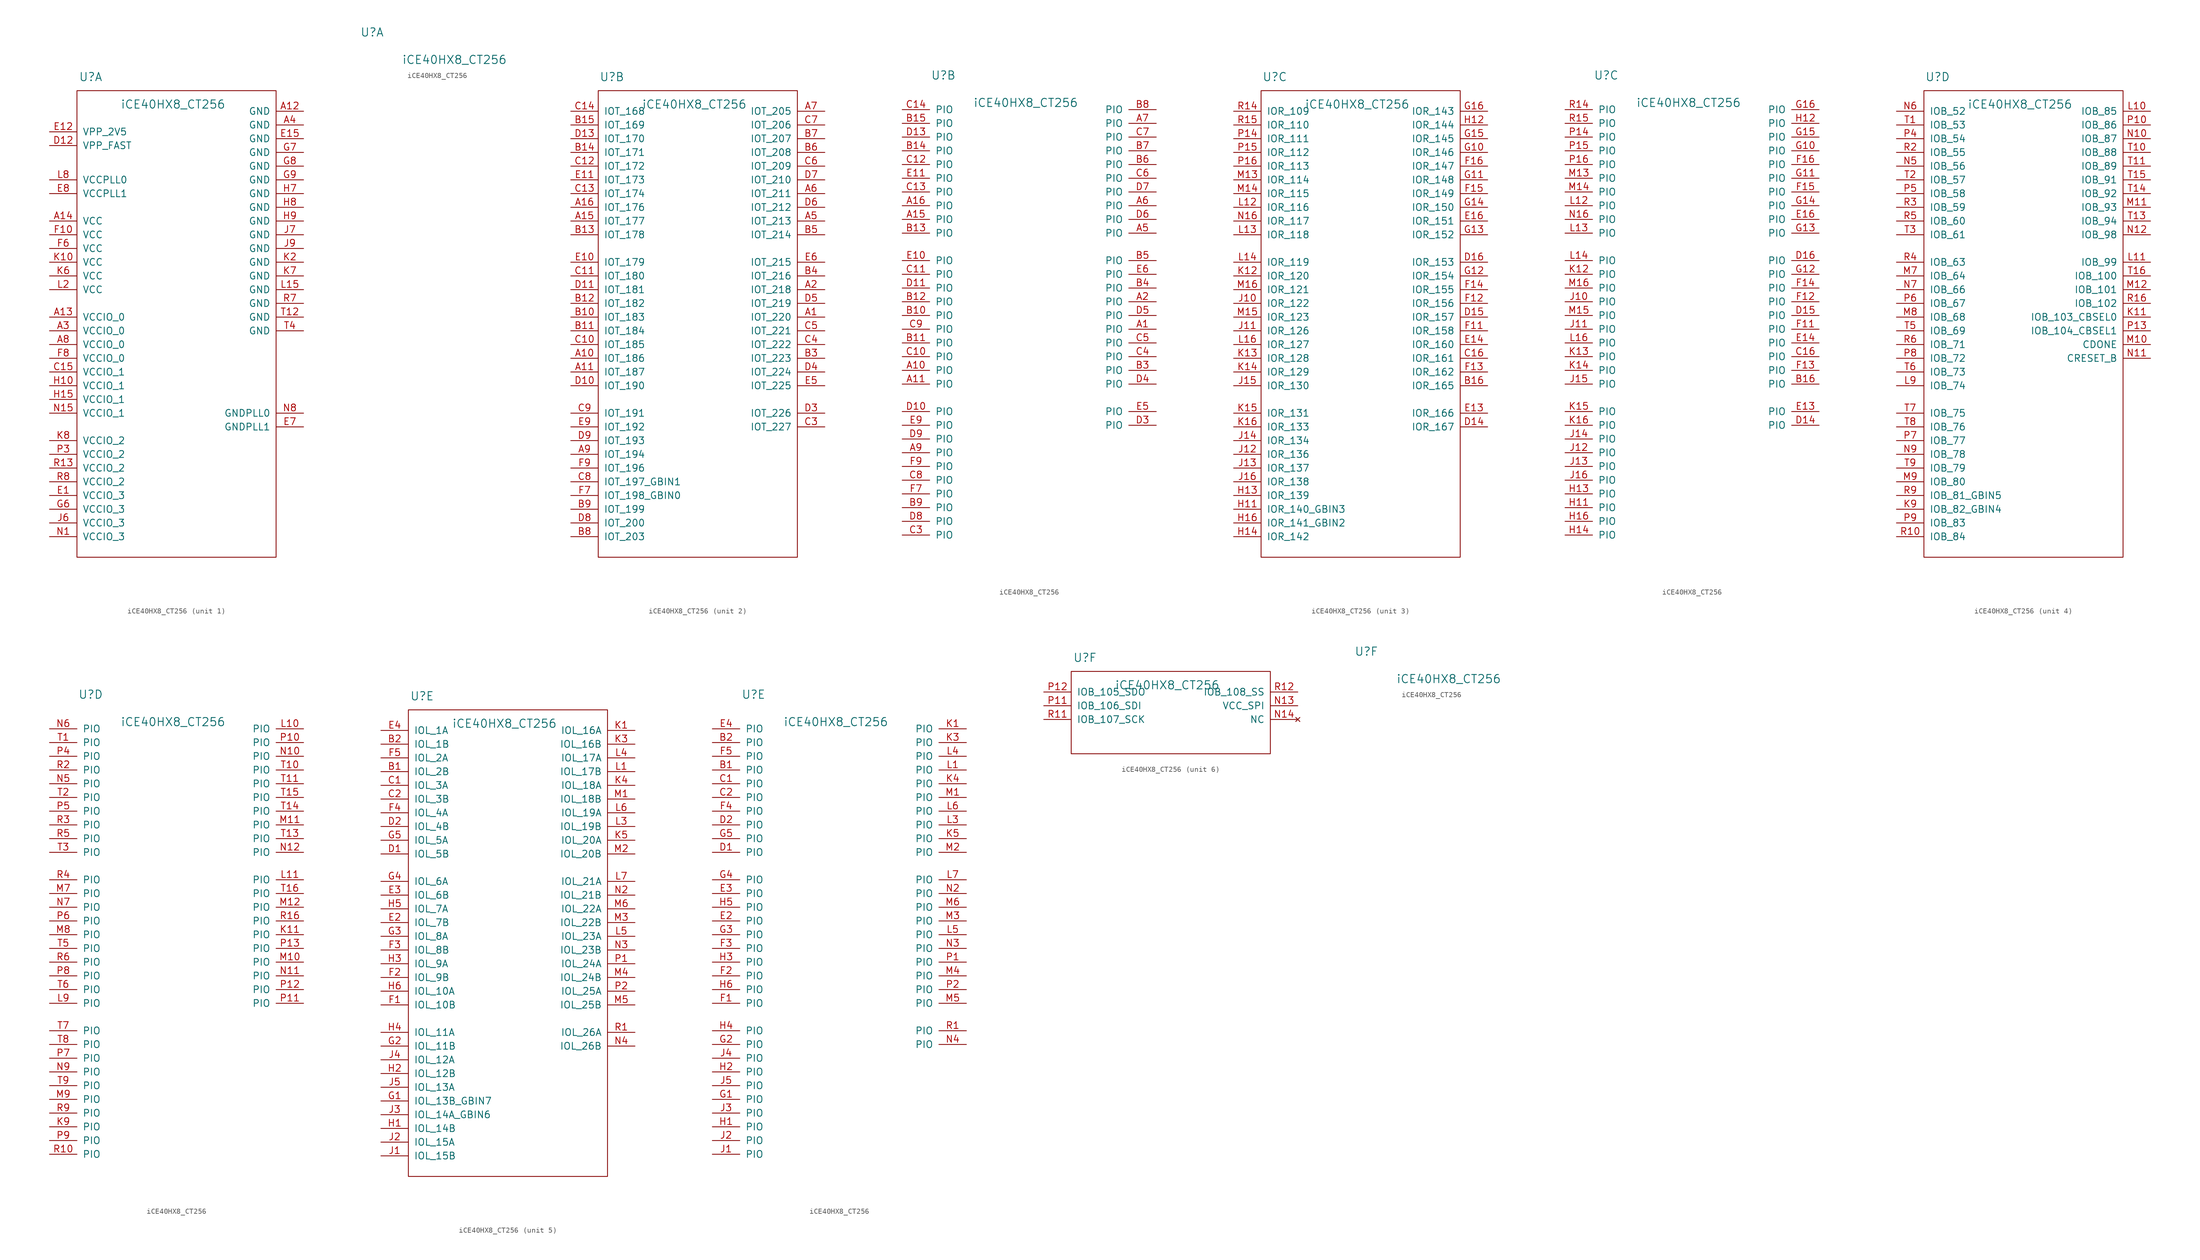
<source format=kicad_sym>
(kicad_symbol_lib
  (version 20211014)
  (generator kicad_symbol_editor)
  (symbol "iCE40HX8_CT256"
    (pin_names
      (offset 1.016))
    (property "Reference" "U"
      (at 2.54 2.54 0)
      (effects (font (size 1.524 1.524))))
    (property "Value" "iCE40HX8_CT256"
      (at 17.78 -2.54 0)
      (effects (font (size 1.524 1.524))))
    (property "ki_locked" ""
      (at 0 0 0)
      (effects (font (size 1.27 1.27))))
    (symbol "iCE40HX8_CT256_1_1"
      (rectangle (start 0 0) (end 36.83 -86.36) (stroke (width 0) (type default) (color 0 0 0 0)) (fill (type none)))
      (pin input line (at 41.91 -3.81 180) (length 5.08) (name "GND" (effects (font (size 1.27 1.27)))) (number "A12" (effects (font (size 1.27 1.27)))))
      (pin input line (at -5.08 -41.91 0) (length 5.08) (name "VCCIO_0" (effects (font (size 1.27 1.27)))) (number "A13" (effects (font (size 1.27 1.27)))))
      (pin input line (at -5.08 -24.13 0) (length 5.08) (name "VCC" (effects (font (size 1.27 1.27)))) (number "A14" (effects (font (size 1.27 1.27)))))
      (pin input line (at -5.08 -44.45 0) (length 5.08) (name "VCCIO_0" (effects (font (size 1.27 1.27)))) (number "A3" (effects (font (size 1.27 1.27)))))
      (pin input line (at 41.91 -6.35 180) (length 5.08) (name "GND" (effects (font (size 1.27 1.27)))) (number "A4" (effects (font (size 1.27 1.27)))))
      (pin input line (at -5.08 -46.99 0) (length 5.08) (name "VCCIO_0" (effects (font (size 1.27 1.27)))) (number "A8" (effects (font (size 1.27 1.27)))))
      (pin input line (at -5.08 -52.07 0) (length 5.08) (name "VCCIO_1" (effects (font (size 1.27 1.27)))) (number "C15" (effects (font (size 1.27 1.27)))))
      (pin power_in line (at -5.08 -10.16 0) (length 5.08) (name "VPP_FAST" (effects (font (size 1.27 1.27)))) (number "D12" (effects (font (size 1.27 1.27)))))
      (pin input line (at -5.08 -74.93 0) (length 5.08) (name "VCCIO_3" (effects (font (size 1.27 1.27)))) (number "E1" (effects (font (size 1.27 1.27)))))
      (pin input line (at -5.08 -7.62 0) (length 5.08) (name "VPP_2V5" (effects (font (size 1.27 1.27)))) (number "E12" (effects (font (size 1.27 1.27)))))
      (pin input line (at 41.91 -8.89 180) (length 5.08) (name "GND" (effects (font (size 1.27 1.27)))) (number "E15" (effects (font (size 1.27 1.27)))))
      (pin input line (at 41.91 -62.23 180) (length 5.08) (name "GNDPLL1" (effects (font (size 1.27 1.27)))) (number "E7" (effects (font (size 1.27 1.27)))))
      (pin input line (at -5.08 -19.05 0) (length 5.08) (name "VCCPLL1" (effects (font (size 1.27 1.27)))) (number "E8" (effects (font (size 1.27 1.27)))))
      (pin input line (at -5.08 -26.67 0) (length 5.08) (name "VCC" (effects (font (size 1.27 1.27)))) (number "F10" (effects (font (size 1.27 1.27)))))
      (pin input line (at -5.08 -29.21 0) (length 5.08) (name "VCC" (effects (font (size 1.27 1.27)))) (number "F6" (effects (font (size 1.27 1.27)))))
      (pin input line (at -5.08 -49.53 0) (length 5.08) (name "VCCIO_0" (effects (font (size 1.27 1.27)))) (number "F8" (effects (font (size 1.27 1.27)))))
      (pin input line (at -5.08 -77.47 0) (length 5.08) (name "VCCIO_3" (effects (font (size 1.27 1.27)))) (number "G6" (effects (font (size 1.27 1.27)))))
      (pin input line (at 41.91 -11.43 180) (length 5.08) (name "GND" (effects (font (size 1.27 1.27)))) (number "G7" (effects (font (size 1.27 1.27)))))
      (pin input line (at 41.91 -13.97 180) (length 5.08) (name "GND" (effects (font (size 1.27 1.27)))) (number "G8" (effects (font (size 1.27 1.27)))))
      (pin input line (at 41.91 -16.51 180) (length 5.08) (name "GND" (effects (font (size 1.27 1.27)))) (number "G9" (effects (font (size 1.27 1.27)))))
      (pin input line (at -5.08 -54.61 0) (length 5.08) (name "VCCIO_1" (effects (font (size 1.27 1.27)))) (number "H10" (effects (font (size 1.27 1.27)))))
      (pin input line (at -5.08 -57.15 0) (length 5.08) (name "VCCIO_1" (effects (font (size 1.27 1.27)))) (number "H15" (effects (font (size 1.27 1.27)))))
      (pin input line (at 41.91 -19.05 180) (length 5.08) (name "GND" (effects (font (size 1.27 1.27)))) (number "H7" (effects (font (size 1.27 1.27)))))
      (pin input line (at 41.91 -21.59 180) (length 5.08) (name "GND" (effects (font (size 1.27 1.27)))) (number "H8" (effects (font (size 1.27 1.27)))))
      (pin input line (at 41.91 -24.13 180) (length 5.08) (name "GND" (effects (font (size 1.27 1.27)))) (number "H9" (effects (font (size 1.27 1.27)))))
      (pin input line (at -5.08 -80.01 0) (length 5.08) (name "VCCIO_3" (effects (font (size 1.27 1.27)))) (number "J6" (effects (font (size 1.27 1.27)))))
      (pin input line (at 41.91 -26.67 180) (length 5.08) (name "GND" (effects (font (size 1.27 1.27)))) (number "J7" (effects (font (size 1.27 1.27)))))
      (pin input line (at 41.91 -29.21 180) (length 5.08) (name "GND" (effects (font (size 1.27 1.27)))) (number "J9" (effects (font (size 1.27 1.27)))))
      (pin input line (at -5.08 -31.75 0) (length 5.08) (name "VCC" (effects (font (size 1.27 1.27)))) (number "K10" (effects (font (size 1.27 1.27)))))
      (pin input line (at 41.91 -31.75 180) (length 5.08) (name "GND" (effects (font (size 1.27 1.27)))) (number "K2" (effects (font (size 1.27 1.27)))))
      (pin input line (at -5.08 -34.29 0) (length 5.08) (name "VCC" (effects (font (size 1.27 1.27)))) (number "K6" (effects (font (size 1.27 1.27)))))
      (pin input line (at 41.91 -34.29 180) (length 5.08) (name "GND" (effects (font (size 1.27 1.27)))) (number "K7" (effects (font (size 1.27 1.27)))))
      (pin input line (at -5.08 -64.77 0) (length 5.08) (name "VCCIO_2" (effects (font (size 1.27 1.27)))) (number "K8" (effects (font (size 1.27 1.27)))))
      (pin input line (at 41.91 -36.83 180) (length 5.08) (name "GND" (effects (font (size 1.27 1.27)))) (number "L15" (effects (font (size 1.27 1.27)))))
      (pin input line (at -5.08 -36.83 0) (length 5.08) (name "VCC" (effects (font (size 1.27 1.27)))) (number "L2" (effects (font (size 1.27 1.27)))))
      (pin input line (at -5.08 -16.51 0) (length 5.08) (name "VCCPLL0" (effects (font (size 1.27 1.27)))) (number "L8" (effects (font (size 1.27 1.27)))))
      (pin input line (at -5.08 -82.55 0) (length 5.08) (name "VCCIO_3" (effects (font (size 1.27 1.27)))) (number "N1" (effects (font (size 1.27 1.27)))))
      (pin input line (at -5.08 -59.69 0) (length 5.08) (name "VCCIO_1" (effects (font (size 1.27 1.27)))) (number "N15" (effects (font (size 1.27 1.27)))))
      (pin input line (at 41.91 -59.69 180) (length 5.08) (name "GNDPLL0" (effects (font (size 1.27 1.27)))) (number "N8" (effects (font (size 1.27 1.27)))))
      (pin input line (at -5.08 -67.31 0) (length 5.08) (name "VCCIO_2" (effects (font (size 1.27 1.27)))) (number "P3" (effects (font (size 1.27 1.27)))))
      (pin input line (at -5.08 -69.85 0) (length 5.08) (name "VCCIO_2" (effects (font (size 1.27 1.27)))) (number "R13" (effects (font (size 1.27 1.27)))))
      (pin input line (at 41.91 -39.37 180) (length 5.08) (name "GND" (effects (font (size 1.27 1.27)))) (number "R7" (effects (font (size 1.27 1.27)))))
      (pin input line (at -5.08 -72.39 0) (length 5.08) (name "VCCIO_2" (effects (font (size 1.27 1.27)))) (number "R8" (effects (font (size 1.27 1.27)))))
      (pin input line (at 41.91 -41.91 180) (length 5.08) (name "GND" (effects (font (size 1.27 1.27)))) (number "T12" (effects (font (size 1.27 1.27)))))
      (pin input line (at 41.91 -44.45 180) (length 5.08) (name "GND" (effects (font (size 1.27 1.27)))) (number "T4" (effects (font (size 1.27 1.27))))))
    (symbol "iCE40HX8_CT256_2_1"
      (rectangle (start 0 -86.36) (end 36.83 0) (stroke (width 0) (type default) (color 0 0 0 0)) (fill (type none)))
      (pin input line (at 41.91 -41.91 180) (length 5.08) (name "IOT_220" (effects (font (size 1.27 1.27)))) (number "A1" (effects (font (size 1.27 1.27)))))
      (pin input line (at -5.08 -49.53 0) (length 5.08) (name "IOT_186" (effects (font (size 1.27 1.27)))) (number "A10" (effects (font (size 1.27 1.27)))))
      (pin input line (at -5.08 -52.07 0) (length 5.08) (name "IOT_187" (effects (font (size 1.27 1.27)))) (number "A11" (effects (font (size 1.27 1.27)))))
      (pin input line (at -5.08 -24.13 0) (length 5.08) (name "IOT_177" (effects (font (size 1.27 1.27)))) (number "A15" (effects (font (size 1.27 1.27)))))
      (pin input line (at -5.08 -21.59 0) (length 5.08) (name "IOT_176" (effects (font (size 1.27 1.27)))) (number "A16" (effects (font (size 1.27 1.27)))))
      (pin input line (at 41.91 -36.83 180) (length 5.08) (name "IOT_218" (effects (font (size 1.27 1.27)))) (number "A2" (effects (font (size 1.27 1.27)))))
      (pin input line (at 41.91 -24.13 180) (length 5.08) (name "IOT_213" (effects (font (size 1.27 1.27)))) (number "A5" (effects (font (size 1.27 1.27)))))
      (pin input line (at 41.91 -19.05 180) (length 5.08) (name "IOT_211" (effects (font (size 1.27 1.27)))) (number "A6" (effects (font (size 1.27 1.27)))))
      (pin input line (at 41.91 -3.81 180) (length 5.08) (name "IOT_205" (effects (font (size 1.27 1.27)))) (number "A7" (effects (font (size 1.27 1.27)))))
      (pin input line (at -5.08 -67.31 0) (length 5.08) (name "IOT_194" (effects (font (size 1.27 1.27)))) (number "A9" (effects (font (size 1.27 1.27)))))
      (pin input line (at -5.08 -41.91 0) (length 5.08) (name "IOT_183" (effects (font (size 1.27 1.27)))) (number "B10" (effects (font (size 1.27 1.27)))))
      (pin input line (at -5.08 -44.45 0) (length 5.08) (name "IOT_184" (effects (font (size 1.27 1.27)))) (number "B11" (effects (font (size 1.27 1.27)))))
      (pin input line (at -5.08 -39.37 0) (length 5.08) (name "IOT_182" (effects (font (size 1.27 1.27)))) (number "B12" (effects (font (size 1.27 1.27)))))
      (pin input line (at -5.08 -26.67 0) (length 5.08) (name "IOT_178" (effects (font (size 1.27 1.27)))) (number "B13" (effects (font (size 1.27 1.27)))))
      (pin input line (at -5.08 -11.43 0) (length 5.08) (name "IOT_171" (effects (font (size 1.27 1.27)))) (number "B14" (effects (font (size 1.27 1.27)))))
      (pin input line (at -5.08 -6.35 0) (length 5.08) (name "IOT_169" (effects (font (size 1.27 1.27)))) (number "B15" (effects (font (size 1.27 1.27)))))
      (pin input line (at 41.91 -49.53 180) (length 5.08) (name "IOT_223" (effects (font (size 1.27 1.27)))) (number "B3" (effects (font (size 1.27 1.27)))))
      (pin input line (at 41.91 -34.29 180) (length 5.08) (name "IOT_216" (effects (font (size 1.27 1.27)))) (number "B4" (effects (font (size 1.27 1.27)))))
      (pin input line (at 41.91 -26.67 180) (length 5.08) (name "IOT_214" (effects (font (size 1.27 1.27)))) (number "B5" (effects (font (size 1.27 1.27)))))
      (pin input line (at 41.91 -11.43 180) (length 5.08) (name "IOT_208" (effects (font (size 1.27 1.27)))) (number "B6" (effects (font (size 1.27 1.27)))))
      (pin input line (at 41.91 -8.89 180) (length 5.08) (name "IOT_207" (effects (font (size 1.27 1.27)))) (number "B7" (effects (font (size 1.27 1.27)))))
      (pin input line (at -5.08 -82.55 0) (length 5.08) (name "IOT_203" (effects (font (size 1.27 1.27)))) (number "B8" (effects (font (size 1.27 1.27)))))
      (pin input line (at -5.08 -77.47 0) (length 5.08) (name "IOT_199" (effects (font (size 1.27 1.27)))) (number "B9" (effects (font (size 1.27 1.27)))))
      (pin input line (at -5.08 -46.99 0) (length 5.08) (name "IOT_185" (effects (font (size 1.27 1.27)))) (number "C10" (effects (font (size 1.27 1.27)))))
      (pin input line (at -5.08 -34.29 0) (length 5.08) (name "IOT_180" (effects (font (size 1.27 1.27)))) (number "C11" (effects (font (size 1.27 1.27)))))
      (pin input line (at -5.08 -13.97 0) (length 5.08) (name "IOT_172" (effects (font (size 1.27 1.27)))) (number "C12" (effects (font (size 1.27 1.27)))))
      (pin input line (at -5.08 -19.05 0) (length 5.08) (name "IOT_174" (effects (font (size 1.27 1.27)))) (number "C13" (effects (font (size 1.27 1.27)))))
      (pin input line (at -5.08 -3.81 0) (length 5.08) (name "IOT_168" (effects (font (size 1.27 1.27)))) (number "C14" (effects (font (size 1.27 1.27)))))
      (pin input line (at 41.91 -62.23 180) (length 5.08) (name "IOT_227" (effects (font (size 1.27 1.27)))) (number "C3" (effects (font (size 1.27 1.27)))))
      (pin input line (at 41.91 -46.99 180) (length 5.08) (name "IOT_222" (effects (font (size 1.27 1.27)))) (number "C4" (effects (font (size 1.27 1.27)))))
      (pin input line (at 41.91 -44.45 180) (length 5.08) (name "IOT_221" (effects (font (size 1.27 1.27)))) (number "C5" (effects (font (size 1.27 1.27)))))
      (pin input line (at 41.91 -13.97 180) (length 5.08) (name "IOT_209" (effects (font (size 1.27 1.27)))) (number "C6" (effects (font (size 1.27 1.27)))))
      (pin input line (at 41.91 -6.35 180) (length 5.08) (name "IOT_206" (effects (font (size 1.27 1.27)))) (number "C7" (effects (font (size 1.27 1.27)))))
      (pin input line (at -5.08 -72.39 0) (length 5.08) (name "IOT_197_GBIN1" (effects (font (size 1.27 1.27)))) (number "C8" (effects (font (size 1.27 1.27)))))
      (pin input line (at -5.08 -59.69 0) (length 5.08) (name "IOT_191" (effects (font (size 1.27 1.27)))) (number "C9" (effects (font (size 1.27 1.27)))))
      (pin input line (at -5.08 -54.61 0) (length 5.08) (name "IOT_190" (effects (font (size 1.27 1.27)))) (number "D10" (effects (font (size 1.27 1.27)))))
      (pin input line (at -5.08 -36.83 0) (length 5.08) (name "IOT_181" (effects (font (size 1.27 1.27)))) (number "D11" (effects (font (size 1.27 1.27)))))
      (pin input line (at -5.08 -8.89 0) (length 5.08) (name "IOT_170" (effects (font (size 1.27 1.27)))) (number "D13" (effects (font (size 1.27 1.27)))))
      (pin input line (at 41.91 -59.69 180) (length 5.08) (name "IOT_226" (effects (font (size 1.27 1.27)))) (number "D3" (effects (font (size 1.27 1.27)))))
      (pin input line (at 41.91 -52.07 180) (length 5.08) (name "IOT_224" (effects (font (size 1.27 1.27)))) (number "D4" (effects (font (size 1.27 1.27)))))
      (pin input line (at 41.91 -39.37 180) (length 5.08) (name "IOT_219" (effects (font (size 1.27 1.27)))) (number "D5" (effects (font (size 1.27 1.27)))))
      (pin input line (at 41.91 -21.59 180) (length 5.08) (name "IOT_212" (effects (font (size 1.27 1.27)))) (number "D6" (effects (font (size 1.27 1.27)))))
      (pin input line (at 41.91 -16.51 180) (length 5.08) (name "IOT_210" (effects (font (size 1.27 1.27)))) (number "D7" (effects (font (size 1.27 1.27)))))
      (pin input line (at -5.08 -80.01 0) (length 5.08) (name "IOT_200" (effects (font (size 1.27 1.27)))) (number "D8" (effects (font (size 1.27 1.27)))))
      (pin input line (at -5.08 -64.77 0) (length 5.08) (name "IOT_193" (effects (font (size 1.27 1.27)))) (number "D9" (effects (font (size 1.27 1.27)))))
      (pin input line (at -5.08 -31.75 0) (length 5.08) (name "IOT_179" (effects (font (size 1.27 1.27)))) (number "E10" (effects (font (size 1.27 1.27)))))
      (pin input line (at -5.08 -16.51 0) (length 5.08) (name "IOT_173" (effects (font (size 1.27 1.27)))) (number "E11" (effects (font (size 1.27 1.27)))))
      (pin input line (at 41.91 -54.61 180) (length 5.08) (name "IOT_225" (effects (font (size 1.27 1.27)))) (number "E5" (effects (font (size 1.27 1.27)))))
      (pin input line (at 41.91 -31.75 180) (length 5.08) (name "IOT_215" (effects (font (size 1.27 1.27)))) (number "E6" (effects (font (size 1.27 1.27)))))
      (pin input line (at -5.08 -62.23 0) (length 5.08) (name "IOT_192" (effects (font (size 1.27 1.27)))) (number "E9" (effects (font (size 1.27 1.27)))))
      (pin input line (at -5.08 -74.93 0) (length 5.08) (name "IOT_198_GBIN0" (effects (font (size 1.27 1.27)))) (number "F7" (effects (font (size 1.27 1.27)))))
      (pin input line (at -5.08 -69.85 0) (length 5.08) (name "IOT_196" (effects (font (size 1.27 1.27)))) (number "F9" (effects (font (size 1.27 1.27))))))
    (symbol "iCE40HX8_CT256_2_2"
      (pin bidirectional line (at 41.91 -44.45 180) (length 5.08) (name "PIO" (effects (font (size 1.27 1.27)))) (number "A1" (effects (font (size 1.27 1.27)))))
      (pin bidirectional line (at -5.08 -52.07 0) (length 5.08) (name "PIO" (effects (font (size 1.27 1.27)))) (number "A10" (effects (font (size 1.27 1.27)))))
      (pin bidirectional line (at -5.08 -54.61 0) (length 5.08) (name "PIO" (effects (font (size 1.27 1.27)))) (number "A11" (effects (font (size 1.27 1.27)))))
      (pin bidirectional line (at -5.08 -24.13 0) (length 5.08) (name "PIO" (effects (font (size 1.27 1.27)))) (number "A15" (effects (font (size 1.27 1.27)))))
      (pin bidirectional line (at -5.08 -21.59 0) (length 5.08) (name "PIO" (effects (font (size 1.27 1.27)))) (number "A16" (effects (font (size 1.27 1.27)))))
      (pin bidirectional line (at 41.91 -39.37 180) (length 5.08) (name "PIO" (effects (font (size 1.27 1.27)))) (number "A2" (effects (font (size 1.27 1.27)))))
      (pin bidirectional line (at 41.91 -26.67 180) (length 5.08) (name "PIO" (effects (font (size 1.27 1.27)))) (number "A5" (effects (font (size 1.27 1.27)))))
      (pin bidirectional line (at 41.91 -21.59 180) (length 5.08) (name "PIO" (effects (font (size 1.27 1.27)))) (number "A6" (effects (font (size 1.27 1.27)))))
      (pin bidirectional line (at 41.91 -6.35 180) (length 5.08) (name "PIO" (effects (font (size 1.27 1.27)))) (number "A7" (effects (font (size 1.27 1.27)))))
      (pin bidirectional line (at -5.08 -67.31 0) (length 5.08) (name "PIO" (effects (font (size 1.27 1.27)))) (number "A9" (effects (font (size 1.27 1.27)))))
      (pin bidirectional line (at -5.08 -41.91 0) (length 5.08) (name "PIO" (effects (font (size 1.27 1.27)))) (number "B10" (effects (font (size 1.27 1.27)))))
      (pin bidirectional line (at -5.08 -46.99 0) (length 5.08) (name "PIO" (effects (font (size 1.27 1.27)))) (number "B11" (effects (font (size 1.27 1.27)))))
      (pin bidirectional line (at -5.08 -39.37 0) (length 5.08) (name "PIO" (effects (font (size 1.27 1.27)))) (number "B12" (effects (font (size 1.27 1.27)))))
      (pin bidirectional line (at -5.08 -26.67 0) (length 5.08) (name "PIO" (effects (font (size 1.27 1.27)))) (number "B13" (effects (font (size 1.27 1.27)))))
      (pin bidirectional line (at -5.08 -11.43 0) (length 5.08) (name "PIO" (effects (font (size 1.27 1.27)))) (number "B14" (effects (font (size 1.27 1.27)))))
      (pin bidirectional line (at -5.08 -6.35 0) (length 5.08) (name "PIO" (effects (font (size 1.27 1.27)))) (number "B15" (effects (font (size 1.27 1.27)))))
      (pin bidirectional line (at 41.91 -52.07 180) (length 5.08) (name "PIO" (effects (font (size 1.27 1.27)))) (number "B3" (effects (font (size 1.27 1.27)))))
      (pin bidirectional line (at 41.91 -36.83 180) (length 5.08) (name "PIO" (effects (font (size 1.27 1.27)))) (number "B4" (effects (font (size 1.27 1.27)))))
      (pin bidirectional line (at 41.91 -31.75 180) (length 5.08) (name "PIO" (effects (font (size 1.27 1.27)))) (number "B5" (effects (font (size 1.27 1.27)))))
      (pin bidirectional line (at 41.91 -13.97 180) (length 5.08) (name "PIO" (effects (font (size 1.27 1.27)))) (number "B6" (effects (font (size 1.27 1.27)))))
      (pin bidirectional line (at 41.91 -11.43 180) (length 5.08) (name "PIO" (effects (font (size 1.27 1.27)))) (number "B7" (effects (font (size 1.27 1.27)))))
      (pin bidirectional line (at 41.91 -3.81 180) (length 5.08) (name "PIO" (effects (font (size 1.27 1.27)))) (number "B8" (effects (font (size 1.27 1.27)))))
      (pin bidirectional line (at -5.08 -77.47 0) (length 5.08) (name "PIO" (effects (font (size 1.27 1.27)))) (number "B9" (effects (font (size 1.27 1.27)))))
      (pin bidirectional line (at -5.08 -49.53 0) (length 5.08) (name "PIO" (effects (font (size 1.27 1.27)))) (number "C10" (effects (font (size 1.27 1.27)))))
      (pin bidirectional line (at -5.08 -34.29 0) (length 5.08) (name "PIO" (effects (font (size 1.27 1.27)))) (number "C11" (effects (font (size 1.27 1.27)))))
      (pin bidirectional line (at -5.08 -13.97 0) (length 5.08) (name "PIO" (effects (font (size 1.27 1.27)))) (number "C12" (effects (font (size 1.27 1.27)))))
      (pin bidirectional line (at -5.08 -19.05 0) (length 5.08) (name "PIO" (effects (font (size 1.27 1.27)))) (number "C13" (effects (font (size 1.27 1.27)))))
      (pin bidirectional line (at -5.08 -3.81 0) (length 5.08) (name "PIO" (effects (font (size 1.27 1.27)))) (number "C14" (effects (font (size 1.27 1.27)))))
      (pin bidirectional line (at -5.08 -82.55 0) (length 5.08) (name "PIO" (effects (font (size 1.27 1.27)))) (number "C3" (effects (font (size 1.27 1.27)))))
      (pin bidirectional line (at 41.91 -49.53 180) (length 5.08) (name "PIO" (effects (font (size 1.27 1.27)))) (number "C4" (effects (font (size 1.27 1.27)))))
      (pin bidirectional line (at 41.91 -46.99 180) (length 5.08) (name "PIO" (effects (font (size 1.27 1.27)))) (number "C5" (effects (font (size 1.27 1.27)))))
      (pin bidirectional line (at 41.91 -16.51 180) (length 5.08) (name "PIO" (effects (font (size 1.27 1.27)))) (number "C6" (effects (font (size 1.27 1.27)))))
      (pin bidirectional line (at 41.91 -8.89 180) (length 5.08) (name "PIO" (effects (font (size 1.27 1.27)))) (number "C7" (effects (font (size 1.27 1.27)))))
      (pin bidirectional line (at -5.08 -72.39 0) (length 5.08) (name "PIO" (effects (font (size 1.27 1.27)))) (number "C8" (effects (font (size 1.27 1.27)))))
      (pin bidirectional line (at -5.08 -44.45 0) (length 5.08) (name "PIO" (effects (font (size 1.27 1.27)))) (number "C9" (effects (font (size 1.27 1.27)))))
      (pin bidirectional line (at -5.08 -59.69 0) (length 5.08) (name "PIO" (effects (font (size 1.27 1.27)))) (number "D10" (effects (font (size 1.27 1.27)))))
      (pin bidirectional line (at -5.08 -36.83 0) (length 5.08) (name "PIO" (effects (font (size 1.27 1.27)))) (number "D11" (effects (font (size 1.27 1.27)))))
      (pin bidirectional line (at -5.08 -8.89 0) (length 5.08) (name "PIO" (effects (font (size 1.27 1.27)))) (number "D13" (effects (font (size 1.27 1.27)))))
      (pin bidirectional line (at 41.91 -62.23 180) (length 5.08) (name "PIO" (effects (font (size 1.27 1.27)))) (number "D3" (effects (font (size 1.27 1.27)))))
      (pin bidirectional line (at 41.91 -54.61 180) (length 5.08) (name "PIO" (effects (font (size 1.27 1.27)))) (number "D4" (effects (font (size 1.27 1.27)))))
      (pin bidirectional line (at 41.91 -41.91 180) (length 5.08) (name "PIO" (effects (font (size 1.27 1.27)))) (number "D5" (effects (font (size 1.27 1.27)))))
      (pin bidirectional line (at 41.91 -24.13 180) (length 5.08) (name "PIO" (effects (font (size 1.27 1.27)))) (number "D6" (effects (font (size 1.27 1.27)))))
      (pin bidirectional line (at 41.91 -19.05 180) (length 5.08) (name "PIO" (effects (font (size 1.27 1.27)))) (number "D7" (effects (font (size 1.27 1.27)))))
      (pin bidirectional line (at -5.08 -80.01 0) (length 5.08) (name "PIO" (effects (font (size 1.27 1.27)))) (number "D8" (effects (font (size 1.27 1.27)))))
      (pin bidirectional line (at -5.08 -64.77 0) (length 5.08) (name "PIO" (effects (font (size 1.27 1.27)))) (number "D9" (effects (font (size 1.27 1.27)))))
      (pin bidirectional line (at -5.08 -31.75 0) (length 5.08) (name "PIO" (effects (font (size 1.27 1.27)))) (number "E10" (effects (font (size 1.27 1.27)))))
      (pin bidirectional line (at -5.08 -16.51 0) (length 5.08) (name "PIO" (effects (font (size 1.27 1.27)))) (number "E11" (effects (font (size 1.27 1.27)))))
      (pin bidirectional line (at 41.91 -59.69 180) (length 5.08) (name "PIO" (effects (font (size 1.27 1.27)))) (number "E5" (effects (font (size 1.27 1.27)))))
      (pin bidirectional line (at 41.91 -34.29 180) (length 5.08) (name "PIO" (effects (font (size 1.27 1.27)))) (number "E6" (effects (font (size 1.27 1.27)))))
      (pin bidirectional line (at -5.08 -62.23 0) (length 5.08) (name "PIO" (effects (font (size 1.27 1.27)))) (number "E9" (effects (font (size 1.27 1.27)))))
      (pin bidirectional line (at -5.08 -74.93 0) (length 5.08) (name "PIO" (effects (font (size 1.27 1.27)))) (number "F7" (effects (font (size 1.27 1.27)))))
      (pin bidirectional line (at -5.08 -69.85 0) (length 5.08) (name "PIO" (effects (font (size 1.27 1.27)))) (number "F9" (effects (font (size 1.27 1.27))))))
    (symbol "iCE40HX8_CT256_3_1"
      (rectangle (start 0 0) (end 36.83 -86.36) (stroke (width 0) (type default) (color 0 0 0 0)) (fill (type none)))
      (pin bidirectional line (at 41.91 -54.61 180) (length 5.08) (name "IOR_165" (effects (font (size 1.27 1.27)))) (number "B16" (effects (font (size 1.27 1.27)))))
      (pin bidirectional line (at 41.91 -49.53 180) (length 5.08) (name "IOR_161" (effects (font (size 1.27 1.27)))) (number "C16" (effects (font (size 1.27 1.27)))))
      (pin bidirectional line (at 41.91 -62.23 180) (length 5.08) (name "IOR_167" (effects (font (size 1.27 1.27)))) (number "D14" (effects (font (size 1.27 1.27)))))
      (pin bidirectional line (at 41.91 -41.91 180) (length 5.08) (name "IOR_157" (effects (font (size 1.27 1.27)))) (number "D15" (effects (font (size 1.27 1.27)))))
      (pin bidirectional line (at 41.91 -31.75 180) (length 5.08) (name "IOR_153" (effects (font (size 1.27 1.27)))) (number "D16" (effects (font (size 1.27 1.27)))))
      (pin bidirectional line (at 41.91 -59.69 180) (length 5.08) (name "IOR_166" (effects (font (size 1.27 1.27)))) (number "E13" (effects (font (size 1.27 1.27)))))
      (pin bidirectional line (at 41.91 -46.99 180) (length 5.08) (name "IOR_160" (effects (font (size 1.27 1.27)))) (number "E14" (effects (font (size 1.27 1.27)))))
      (pin bidirectional line (at 41.91 -24.13 180) (length 5.08) (name "IOR_151" (effects (font (size 1.27 1.27)))) (number "E16" (effects (font (size 1.27 1.27)))))
      (pin bidirectional line (at 41.91 -44.45 180) (length 5.08) (name "IOR_158" (effects (font (size 1.27 1.27)))) (number "F11" (effects (font (size 1.27 1.27)))))
      (pin bidirectional line (at 41.91 -39.37 180) (length 5.08) (name "IOR_156" (effects (font (size 1.27 1.27)))) (number "F12" (effects (font (size 1.27 1.27)))))
      (pin bidirectional line (at 41.91 -52.07 180) (length 5.08) (name "IOR_162" (effects (font (size 1.27 1.27)))) (number "F13" (effects (font (size 1.27 1.27)))))
      (pin bidirectional line (at 41.91 -36.83 180) (length 5.08) (name "IOR_155" (effects (font (size 1.27 1.27)))) (number "F14" (effects (font (size 1.27 1.27)))))
      (pin bidirectional line (at 41.91 -19.05 180) (length 5.08) (name "IOR_149" (effects (font (size 1.27 1.27)))) (number "F15" (effects (font (size 1.27 1.27)))))
      (pin bidirectional line (at 41.91 -13.97 180) (length 5.08) (name "IOR_147" (effects (font (size 1.27 1.27)))) (number "F16" (effects (font (size 1.27 1.27)))))
      (pin bidirectional line (at 41.91 -11.43 180) (length 5.08) (name "IOR_146" (effects (font (size 1.27 1.27)))) (number "G10" (effects (font (size 1.27 1.27)))))
      (pin bidirectional line (at 41.91 -16.51 180) (length 5.08) (name "IOR_148" (effects (font (size 1.27 1.27)))) (number "G11" (effects (font (size 1.27 1.27)))))
      (pin bidirectional line (at 41.91 -34.29 180) (length 5.08) (name "IOR_154" (effects (font (size 1.27 1.27)))) (number "G12" (effects (font (size 1.27 1.27)))))
      (pin bidirectional line (at 41.91 -26.67 180) (length 5.08) (name "IOR_152" (effects (font (size 1.27 1.27)))) (number "G13" (effects (font (size 1.27 1.27)))))
      (pin bidirectional line (at 41.91 -21.59 180) (length 5.08) (name "IOR_150" (effects (font (size 1.27 1.27)))) (number "G14" (effects (font (size 1.27 1.27)))))
      (pin bidirectional line (at 41.91 -8.89 180) (length 5.08) (name "IOR_145" (effects (font (size 1.27 1.27)))) (number "G15" (effects (font (size 1.27 1.27)))))
      (pin bidirectional line (at 41.91 -3.81 180) (length 5.08) (name "IOR_143" (effects (font (size 1.27 1.27)))) (number "G16" (effects (font (size 1.27 1.27)))))
      (pin input line (at -5.08 -77.47 0) (length 5.08) (name "IOR_140_GBIN3" (effects (font (size 1.27 1.27)))) (number "H11" (effects (font (size 1.27 1.27)))))
      (pin bidirectional line (at 41.91 -6.35 180) (length 5.08) (name "IOR_144" (effects (font (size 1.27 1.27)))) (number "H12" (effects (font (size 1.27 1.27)))))
      (pin bidirectional line (at -5.08 -74.93 0) (length 5.08) (name "IOR_139" (effects (font (size 1.27 1.27)))) (number "H13" (effects (font (size 1.27 1.27)))))
      (pin bidirectional line (at -5.08 -82.55 0) (length 5.08) (name "IOR_142" (effects (font (size 1.27 1.27)))) (number "H14" (effects (font (size 1.27 1.27)))))
      (pin input line (at -5.08 -80.01 0) (length 5.08) (name "IOR_141_GBIN2" (effects (font (size 1.27 1.27)))) (number "H16" (effects (font (size 1.27 1.27)))))
      (pin bidirectional line (at -5.08 -39.37 0) (length 5.08) (name "IOR_122" (effects (font (size 1.27 1.27)))) (number "J10" (effects (font (size 1.27 1.27)))))
      (pin bidirectional line (at -5.08 -44.45 0) (length 5.08) (name "IOR_126" (effects (font (size 1.27 1.27)))) (number "J11" (effects (font (size 1.27 1.27)))))
      (pin bidirectional line (at -5.08 -67.31 0) (length 5.08) (name "IOR_136" (effects (font (size 1.27 1.27)))) (number "J12" (effects (font (size 1.27 1.27)))))
      (pin bidirectional line (at -5.08 -69.85 0) (length 5.08) (name "IOR_137" (effects (font (size 1.27 1.27)))) (number "J13" (effects (font (size 1.27 1.27)))))
      (pin bidirectional line (at -5.08 -64.77 0) (length 5.08) (name "IOR_134" (effects (font (size 1.27 1.27)))) (number "J14" (effects (font (size 1.27 1.27)))))
      (pin bidirectional line (at -5.08 -54.61 0) (length 5.08) (name "IOR_130" (effects (font (size 1.27 1.27)))) (number "J15" (effects (font (size 1.27 1.27)))))
      (pin bidirectional line (at -5.08 -72.39 0) (length 5.08) (name "IOR_138" (effects (font (size 1.27 1.27)))) (number "J16" (effects (font (size 1.27 1.27)))))
      (pin bidirectional line (at -5.08 -34.29 0) (length 5.08) (name "IOR_120" (effects (font (size 1.27 1.27)))) (number "K12" (effects (font (size 1.27 1.27)))))
      (pin bidirectional line (at -5.08 -49.53 0) (length 5.08) (name "IOR_128" (effects (font (size 1.27 1.27)))) (number "K13" (effects (font (size 1.27 1.27)))))
      (pin bidirectional line (at -5.08 -52.07 0) (length 5.08) (name "IOR_129" (effects (font (size 1.27 1.27)))) (number "K14" (effects (font (size 1.27 1.27)))))
      (pin bidirectional line (at -5.08 -59.69 0) (length 5.08) (name "IOR_131" (effects (font (size 1.27 1.27)))) (number "K15" (effects (font (size 1.27 1.27)))))
      (pin bidirectional line (at -5.08 -62.23 0) (length 5.08) (name "IOR_133" (effects (font (size 1.27 1.27)))) (number "K16" (effects (font (size 1.27 1.27)))))
      (pin bidirectional line (at -5.08 -21.59 0) (length 5.08) (name "IOR_116" (effects (font (size 1.27 1.27)))) (number "L12" (effects (font (size 1.27 1.27)))))
      (pin bidirectional line (at -5.08 -26.67 0) (length 5.08) (name "IOR_118" (effects (font (size 1.27 1.27)))) (number "L13" (effects (font (size 1.27 1.27)))))
      (pin bidirectional line (at -5.08 -31.75 0) (length 5.08) (name "IOR_119" (effects (font (size 1.27 1.27)))) (number "L14" (effects (font (size 1.27 1.27)))))
      (pin bidirectional line (at -5.08 -46.99 0) (length 5.08) (name "IOR_127" (effects (font (size 1.27 1.27)))) (number "L16" (effects (font (size 1.27 1.27)))))
      (pin bidirectional line (at -5.08 -16.51 0) (length 5.08) (name "IOR_114" (effects (font (size 1.27 1.27)))) (number "M13" (effects (font (size 1.27 1.27)))))
      (pin bidirectional line (at -5.08 -19.05 0) (length 5.08) (name "IOR_115" (effects (font (size 1.27 1.27)))) (number "M14" (effects (font (size 1.27 1.27)))))
      (pin bidirectional line (at -5.08 -41.91 0) (length 5.08) (name "IOR_123" (effects (font (size 1.27 1.27)))) (number "M15" (effects (font (size 1.27 1.27)))))
      (pin bidirectional line (at -5.08 -36.83 0) (length 5.08) (name "IOR_121" (effects (font (size 1.27 1.27)))) (number "M16" (effects (font (size 1.27 1.27)))))
      (pin bidirectional line (at -5.08 -24.13 0) (length 5.08) (name "IOR_117" (effects (font (size 1.27 1.27)))) (number "N16" (effects (font (size 1.27 1.27)))))
      (pin bidirectional line (at -5.08 -8.89 0) (length 5.08) (name "IOR_111" (effects (font (size 1.27 1.27)))) (number "P14" (effects (font (size 1.27 1.27)))))
      (pin bidirectional line (at -5.08 -11.43 0) (length 5.08) (name "IOR_112" (effects (font (size 1.27 1.27)))) (number "P15" (effects (font (size 1.27 1.27)))))
      (pin bidirectional line (at -5.08 -13.97 0) (length 5.08) (name "IOR_113" (effects (font (size 1.27 1.27)))) (number "P16" (effects (font (size 1.27 1.27)))))
      (pin bidirectional line (at -5.08 -3.81 0) (length 5.08) (name "IOR_109" (effects (font (size 1.27 1.27)))) (number "R14" (effects (font (size 1.27 1.27)))))
      (pin bidirectional line (at -5.08 -6.35 0) (length 5.08) (name "IOR_110" (effects (font (size 1.27 1.27)))) (number "R15" (effects (font (size 1.27 1.27))))))
    (symbol "iCE40HX8_CT256_3_2"
      (pin bidirectional line (at 41.91 -54.61 180) (length 5.08) (name "PIO" (effects (font (size 1.27 1.27)))) (number "B16" (effects (font (size 1.27 1.27)))))
      (pin bidirectional line (at 41.91 -49.53 180) (length 5.08) (name "PIO" (effects (font (size 1.27 1.27)))) (number "C16" (effects (font (size 1.27 1.27)))))
      (pin bidirectional line (at 41.91 -62.23 180) (length 5.08) (name "PIO" (effects (font (size 1.27 1.27)))) (number "D14" (effects (font (size 1.27 1.27)))))
      (pin bidirectional line (at 41.91 -41.91 180) (length 5.08) (name "PIO" (effects (font (size 1.27 1.27)))) (number "D15" (effects (font (size 1.27 1.27)))))
      (pin bidirectional line (at 41.91 -31.75 180) (length 5.08) (name "PIO" (effects (font (size 1.27 1.27)))) (number "D16" (effects (font (size 1.27 1.27)))))
      (pin bidirectional line (at 41.91 -59.69 180) (length 5.08) (name "PIO" (effects (font (size 1.27 1.27)))) (number "E13" (effects (font (size 1.27 1.27)))))
      (pin bidirectional line (at 41.91 -46.99 180) (length 5.08) (name "PIO" (effects (font (size 1.27 1.27)))) (number "E14" (effects (font (size 1.27 1.27)))))
      (pin bidirectional line (at 41.91 -24.13 180) (length 5.08) (name "PIO" (effects (font (size 1.27 1.27)))) (number "E16" (effects (font (size 1.27 1.27)))))
      (pin bidirectional line (at 41.91 -44.45 180) (length 5.08) (name "PIO" (effects (font (size 1.27 1.27)))) (number "F11" (effects (font (size 1.27 1.27)))))
      (pin bidirectional line (at 41.91 -39.37 180) (length 5.08) (name "PIO" (effects (font (size 1.27 1.27)))) (number "F12" (effects (font (size 1.27 1.27)))))
      (pin bidirectional line (at 41.91 -52.07 180) (length 5.08) (name "PIO" (effects (font (size 1.27 1.27)))) (number "F13" (effects (font (size 1.27 1.27)))))
      (pin bidirectional line (at 41.91 -36.83 180) (length 5.08) (name "PIO" (effects (font (size 1.27 1.27)))) (number "F14" (effects (font (size 1.27 1.27)))))
      (pin bidirectional line (at 41.91 -19.05 180) (length 5.08) (name "PIO" (effects (font (size 1.27 1.27)))) (number "F15" (effects (font (size 1.27 1.27)))))
      (pin bidirectional line (at 41.91 -13.97 180) (length 5.08) (name "PIO" (effects (font (size 1.27 1.27)))) (number "F16" (effects (font (size 1.27 1.27)))))
      (pin bidirectional line (at 41.91 -11.43 180) (length 5.08) (name "PIO" (effects (font (size 1.27 1.27)))) (number "G10" (effects (font (size 1.27 1.27)))))
      (pin bidirectional line (at 41.91 -16.51 180) (length 5.08) (name "PIO" (effects (font (size 1.27 1.27)))) (number "G11" (effects (font (size 1.27 1.27)))))
      (pin bidirectional line (at 41.91 -34.29 180) (length 5.08) (name "PIO" (effects (font (size 1.27 1.27)))) (number "G12" (effects (font (size 1.27 1.27)))))
      (pin bidirectional line (at 41.91 -26.67 180) (length 5.08) (name "PIO" (effects (font (size 1.27 1.27)))) (number "G13" (effects (font (size 1.27 1.27)))))
      (pin bidirectional line (at 41.91 -21.59 180) (length 5.08) (name "PIO" (effects (font (size 1.27 1.27)))) (number "G14" (effects (font (size 1.27 1.27)))))
      (pin bidirectional line (at 41.91 -8.89 180) (length 5.08) (name "PIO" (effects (font (size 1.27 1.27)))) (number "G15" (effects (font (size 1.27 1.27)))))
      (pin bidirectional line (at 41.91 -3.81 180) (length 5.08) (name "PIO" (effects (font (size 1.27 1.27)))) (number "G16" (effects (font (size 1.27 1.27)))))
      (pin bidirectional line (at -5.08 -77.47 0) (length 5.08) (name "PIO" (effects (font (size 1.27 1.27)))) (number "H11" (effects (font (size 1.27 1.27)))))
      (pin bidirectional line (at 41.91 -6.35 180) (length 5.08) (name "PIO" (effects (font (size 1.27 1.27)))) (number "H12" (effects (font (size 1.27 1.27)))))
      (pin bidirectional line (at -5.08 -74.93 0) (length 5.08) (name "PIO" (effects (font (size 1.27 1.27)))) (number "H13" (effects (font (size 1.27 1.27)))))
      (pin bidirectional line (at -5.08 -82.55 0) (length 5.08) (name "PIO" (effects (font (size 1.27 1.27)))) (number "H14" (effects (font (size 1.27 1.27)))))
      (pin bidirectional line (at -5.08 -80.01 0) (length 5.08) (name "PIO" (effects (font (size 1.27 1.27)))) (number "H16" (effects (font (size 1.27 1.27)))))
      (pin bidirectional line (at -5.08 -39.37 0) (length 5.08) (name "PIO" (effects (font (size 1.27 1.27)))) (number "J10" (effects (font (size 1.27 1.27)))))
      (pin bidirectional line (at -5.08 -44.45 0) (length 5.08) (name "PIO" (effects (font (size 1.27 1.27)))) (number "J11" (effects (font (size 1.27 1.27)))))
      (pin bidirectional line (at -5.08 -67.31 0) (length 5.08) (name "PIO" (effects (font (size 1.27 1.27)))) (number "J12" (effects (font (size 1.27 1.27)))))
      (pin bidirectional line (at -5.08 -69.85 0) (length 5.08) (name "PIO" (effects (font (size 1.27 1.27)))) (number "J13" (effects (font (size 1.27 1.27)))))
      (pin bidirectional line (at -5.08 -64.77 0) (length 5.08) (name "PIO" (effects (font (size 1.27 1.27)))) (number "J14" (effects (font (size 1.27 1.27)))))
      (pin bidirectional line (at -5.08 -54.61 0) (length 5.08) (name "PIO" (effects (font (size 1.27 1.27)))) (number "J15" (effects (font (size 1.27 1.27)))))
      (pin bidirectional line (at -5.08 -72.39 0) (length 5.08) (name "PIO" (effects (font (size 1.27 1.27)))) (number "J16" (effects (font (size 1.27 1.27)))))
      (pin bidirectional line (at -5.08 -34.29 0) (length 5.08) (name "PIO" (effects (font (size 1.27 1.27)))) (number "K12" (effects (font (size 1.27 1.27)))))
      (pin bidirectional line (at -5.08 -49.53 0) (length 5.08) (name "PIO" (effects (font (size 1.27 1.27)))) (number "K13" (effects (font (size 1.27 1.27)))))
      (pin bidirectional line (at -5.08 -52.07 0) (length 5.08) (name "PIO" (effects (font (size 1.27 1.27)))) (number "K14" (effects (font (size 1.27 1.27)))))
      (pin bidirectional line (at -5.08 -59.69 0) (length 5.08) (name "PIO" (effects (font (size 1.27 1.27)))) (number "K15" (effects (font (size 1.27 1.27)))))
      (pin bidirectional line (at -5.08 -62.23 0) (length 5.08) (name "PIO" (effects (font (size 1.27 1.27)))) (number "K16" (effects (font (size 1.27 1.27)))))
      (pin bidirectional line (at -5.08 -21.59 0) (length 5.08) (name "PIO" (effects (font (size 1.27 1.27)))) (number "L12" (effects (font (size 1.27 1.27)))))
      (pin bidirectional line (at -5.08 -26.67 0) (length 5.08) (name "PIO" (effects (font (size 1.27 1.27)))) (number "L13" (effects (font (size 1.27 1.27)))))
      (pin bidirectional line (at -5.08 -31.75 0) (length 5.08) (name "PIO" (effects (font (size 1.27 1.27)))) (number "L14" (effects (font (size 1.27 1.27)))))
      (pin bidirectional line (at -5.08 -46.99 0) (length 5.08) (name "PIO" (effects (font (size 1.27 1.27)))) (number "L16" (effects (font (size 1.27 1.27)))))
      (pin bidirectional line (at -5.08 -16.51 0) (length 5.08) (name "PIO" (effects (font (size 1.27 1.27)))) (number "M13" (effects (font (size 1.27 1.27)))))
      (pin bidirectional line (at -5.08 -19.05 0) (length 5.08) (name "PIO" (effects (font (size 1.27 1.27)))) (number "M14" (effects (font (size 1.27 1.27)))))
      (pin bidirectional line (at -5.08 -41.91 0) (length 5.08) (name "PIO" (effects (font (size 1.27 1.27)))) (number "M15" (effects (font (size 1.27 1.27)))))
      (pin bidirectional line (at -5.08 -36.83 0) (length 5.08) (name "PIO" (effects (font (size 1.27 1.27)))) (number "M16" (effects (font (size 1.27 1.27)))))
      (pin bidirectional line (at -5.08 -24.13 0) (length 5.08) (name "PIO" (effects (font (size 1.27 1.27)))) (number "N16" (effects (font (size 1.27 1.27)))))
      (pin bidirectional line (at -5.08 -8.89 0) (length 5.08) (name "PIO" (effects (font (size 1.27 1.27)))) (number "P14" (effects (font (size 1.27 1.27)))))
      (pin bidirectional line (at -5.08 -11.43 0) (length 5.08) (name "PIO" (effects (font (size 1.27 1.27)))) (number "P15" (effects (font (size 1.27 1.27)))))
      (pin bidirectional line (at -5.08 -13.97 0) (length 5.08) (name "PIO" (effects (font (size 1.27 1.27)))) (number "P16" (effects (font (size 1.27 1.27)))))
      (pin bidirectional line (at -5.08 -3.81 0) (length 5.08) (name "PIO" (effects (font (size 1.27 1.27)))) (number "R14" (effects (font (size 1.27 1.27)))))
      (pin bidirectional line (at -5.08 -6.35 0) (length 5.08) (name "PIO" (effects (font (size 1.27 1.27)))) (number "R15" (effects (font (size 1.27 1.27))))))
    (symbol "iCE40HX8_CT256_4_1"
      (rectangle (start 0 0) (end 36.83 -86.36) (stroke (width 0) (type default) (color 0 0 0 0)) (fill (type none)))
      (pin bidirectional line (at 41.91 -41.91 180) (length 5.08) (name "IOB_103_CBSEL0" (effects (font (size 1.27 1.27)))) (number "K11" (effects (font (size 1.27 1.27)))))
      (pin input line (at -5.08 -77.47 0) (length 5.08) (name "IOB_82_GBIN4" (effects (font (size 1.27 1.27)))) (number "K9" (effects (font (size 1.27 1.27)))))
      (pin bidirectional line (at 41.91 -3.81 180) (length 5.08) (name "IOB_85" (effects (font (size 1.27 1.27)))) (number "L10" (effects (font (size 1.27 1.27)))))
      (pin bidirectional line (at 41.91 -31.75 180) (length 5.08) (name "IOB_99" (effects (font (size 1.27 1.27)))) (number "L11" (effects (font (size 1.27 1.27)))))
      (pin bidirectional line (at -5.08 -54.61 0) (length 5.08) (name "IOB_74" (effects (font (size 1.27 1.27)))) (number "L9" (effects (font (size 1.27 1.27)))))
      (pin input line (at 41.91 -46.99 180) (length 5.08) (name "CDONE" (effects (font (size 1.27 1.27)))) (number "M10" (effects (font (size 1.27 1.27)))))
      (pin bidirectional line (at 41.91 -21.59 180) (length 5.08) (name "IOB_93" (effects (font (size 1.27 1.27)))) (number "M11" (effects (font (size 1.27 1.27)))))
      (pin bidirectional line (at 41.91 -36.83 180) (length 5.08) (name "IOB_101" (effects (font (size 1.27 1.27)))) (number "M12" (effects (font (size 1.27 1.27)))))
      (pin bidirectional line (at -5.08 -34.29 0) (length 5.08) (name "IOB_64" (effects (font (size 1.27 1.27)))) (number "M7" (effects (font (size 1.27 1.27)))))
      (pin bidirectional line (at -5.08 -41.91 0) (length 5.08) (name "IOB_68" (effects (font (size 1.27 1.27)))) (number "M8" (effects (font (size 1.27 1.27)))))
      (pin bidirectional line (at -5.08 -72.39 0) (length 5.08) (name "IOB_80" (effects (font (size 1.27 1.27)))) (number "M9" (effects (font (size 1.27 1.27)))))
      (pin bidirectional line (at 41.91 -8.89 180) (length 5.08) (name "IOB_87" (effects (font (size 1.27 1.27)))) (number "N10" (effects (font (size 1.27 1.27)))))
      (pin input line (at 41.91 -49.53 180) (length 5.08) (name "CRESET_B" (effects (font (size 1.27 1.27)))) (number "N11" (effects (font (size 1.27 1.27)))))
      (pin bidirectional line (at 41.91 -26.67 180) (length 5.08) (name "IOB_98" (effects (font (size 1.27 1.27)))) (number "N12" (effects (font (size 1.27 1.27)))))
      (pin bidirectional line (at -5.08 -13.97 0) (length 5.08) (name "IOB_56" (effects (font (size 1.27 1.27)))) (number "N5" (effects (font (size 1.27 1.27)))))
      (pin bidirectional line (at -5.08 -3.81 0) (length 5.08) (name "IOB_52" (effects (font (size 1.27 1.27)))) (number "N6" (effects (font (size 1.27 1.27)))))
      (pin bidirectional line (at -5.08 -36.83 0) (length 5.08) (name "IOB_66" (effects (font (size 1.27 1.27)))) (number "N7" (effects (font (size 1.27 1.27)))))
      (pin bidirectional line (at -5.08 -67.31 0) (length 5.08) (name "IOB_78" (effects (font (size 1.27 1.27)))) (number "N9" (effects (font (size 1.27 1.27)))))
      (pin bidirectional line (at 41.91 -6.35 180) (length 5.08) (name "IOB_86" (effects (font (size 1.27 1.27)))) (number "P10" (effects (font (size 1.27 1.27)))))
      (pin bidirectional line (at 41.91 -44.45 180) (length 5.08) (name "IOB_104_CBSEL1" (effects (font (size 1.27 1.27)))) (number "P13" (effects (font (size 1.27 1.27)))))
      (pin bidirectional line (at -5.08 -8.89 0) (length 5.08) (name "IOB_54" (effects (font (size 1.27 1.27)))) (number "P4" (effects (font (size 1.27 1.27)))))
      (pin bidirectional line (at -5.08 -19.05 0) (length 5.08) (name "IOB_58" (effects (font (size 1.27 1.27)))) (number "P5" (effects (font (size 1.27 1.27)))))
      (pin bidirectional line (at -5.08 -39.37 0) (length 5.08) (name "IOB_67" (effects (font (size 1.27 1.27)))) (number "P6" (effects (font (size 1.27 1.27)))))
      (pin bidirectional line (at -5.08 -64.77 0) (length 5.08) (name "IOB_77" (effects (font (size 1.27 1.27)))) (number "P7" (effects (font (size 1.27 1.27)))))
      (pin bidirectional line (at -5.08 -49.53 0) (length 5.08) (name "IOB_72" (effects (font (size 1.27 1.27)))) (number "P8" (effects (font (size 1.27 1.27)))))
      (pin bidirectional line (at -5.08 -80.01 0) (length 5.08) (name "IOB_83" (effects (font (size 1.27 1.27)))) (number "P9" (effects (font (size 1.27 1.27)))))
      (pin bidirectional line (at -5.08 -82.55 0) (length 5.08) (name "IOB_84" (effects (font (size 1.27 1.27)))) (number "R10" (effects (font (size 1.27 1.27)))))
      (pin bidirectional line (at 41.91 -39.37 180) (length 5.08) (name "IOB_102" (effects (font (size 1.27 1.27)))) (number "R16" (effects (font (size 1.27 1.27)))))
      (pin bidirectional line (at -5.08 -11.43 0) (length 5.08) (name "IOB_55" (effects (font (size 1.27 1.27)))) (number "R2" (effects (font (size 1.27 1.27)))))
      (pin bidirectional line (at -5.08 -21.59 0) (length 5.08) (name "IOB_59" (effects (font (size 1.27 1.27)))) (number "R3" (effects (font (size 1.27 1.27)))))
      (pin bidirectional line (at -5.08 -31.75 0) (length 5.08) (name "IOB_63" (effects (font (size 1.27 1.27)))) (number "R4" (effects (font (size 1.27 1.27)))))
      (pin bidirectional line (at -5.08 -24.13 0) (length 5.08) (name "IOB_60" (effects (font (size 1.27 1.27)))) (number "R5" (effects (font (size 1.27 1.27)))))
      (pin bidirectional line (at -5.08 -46.99 0) (length 5.08) (name "IOB_71" (effects (font (size 1.27 1.27)))) (number "R6" (effects (font (size 1.27 1.27)))))
      (pin input line (at -5.08 -74.93 0) (length 5.08) (name "IOB_81_GBIN5" (effects (font (size 1.27 1.27)))) (number "R9" (effects (font (size 1.27 1.27)))))
      (pin bidirectional line (at -5.08 -6.35 0) (length 5.08) (name "IOB_53" (effects (font (size 1.27 1.27)))) (number "T1" (effects (font (size 1.27 1.27)))))
      (pin bidirectional line (at 41.91 -11.43 180) (length 5.08) (name "IOB_88" (effects (font (size 1.27 1.27)))) (number "T10" (effects (font (size 1.27 1.27)))))
      (pin bidirectional line (at 41.91 -13.97 180) (length 5.08) (name "IOB_89" (effects (font (size 1.27 1.27)))) (number "T11" (effects (font (size 1.27 1.27)))))
      (pin bidirectional line (at 41.91 -24.13 180) (length 5.08) (name "IOB_94" (effects (font (size 1.27 1.27)))) (number "T13" (effects (font (size 1.27 1.27)))))
      (pin bidirectional line (at 41.91 -19.05 180) (length 5.08) (name "IOB_92" (effects (font (size 1.27 1.27)))) (number "T14" (effects (font (size 1.27 1.27)))))
      (pin bidirectional line (at 41.91 -16.51 180) (length 5.08) (name "IOB_91" (effects (font (size 1.27 1.27)))) (number "T15" (effects (font (size 1.27 1.27)))))
      (pin bidirectional line (at 41.91 -34.29 180) (length 5.08) (name "IOB_100" (effects (font (size 1.27 1.27)))) (number "T16" (effects (font (size 1.27 1.27)))))
      (pin bidirectional line (at -5.08 -16.51 0) (length 5.08) (name "IOB_57" (effects (font (size 1.27 1.27)))) (number "T2" (effects (font (size 1.27 1.27)))))
      (pin bidirectional line (at -5.08 -26.67 0) (length 5.08) (name "IOB_61" (effects (font (size 1.27 1.27)))) (number "T3" (effects (font (size 1.27 1.27)))))
      (pin bidirectional line (at -5.08 -44.45 0) (length 5.08) (name "IOB_69" (effects (font (size 1.27 1.27)))) (number "T5" (effects (font (size 1.27 1.27)))))
      (pin bidirectional line (at -5.08 -52.07 0) (length 5.08) (name "IOB_73" (effects (font (size 1.27 1.27)))) (number "T6" (effects (font (size 1.27 1.27)))))
      (pin bidirectional line (at -5.08 -59.69 0) (length 5.08) (name "IOB_75" (effects (font (size 1.27 1.27)))) (number "T7" (effects (font (size 1.27 1.27)))))
      (pin bidirectional line (at -5.08 -62.23 0) (length 5.08) (name "IOB_76" (effects (font (size 1.27 1.27)))) (number "T8" (effects (font (size 1.27 1.27)))))
      (pin bidirectional line (at -5.08 -69.85 0) (length 5.08) (name "IOB_79" (effects (font (size 1.27 1.27)))) (number "T9" (effects (font (size 1.27 1.27))))))
    (symbol "iCE40HX8_CT256_4_2"
      (pin bidirectional line (at 41.91 -41.91 180) (length 5.08) (name "PIO" (effects (font (size 1.27 1.27)))) (number "K11" (effects (font (size 1.27 1.27)))))
      (pin bidirectional line (at -5.08 -77.47 0) (length 5.08) (name "PIO" (effects (font (size 1.27 1.27)))) (number "K9" (effects (font (size 1.27 1.27)))))
      (pin bidirectional line (at 41.91 -3.81 180) (length 5.08) (name "PIO" (effects (font (size 1.27 1.27)))) (number "L10" (effects (font (size 1.27 1.27)))))
      (pin bidirectional line (at 41.91 -31.75 180) (length 5.08) (name "PIO" (effects (font (size 1.27 1.27)))) (number "L11" (effects (font (size 1.27 1.27)))))
      (pin bidirectional line (at -5.08 -54.61 0) (length 5.08) (name "PIO" (effects (font (size 1.27 1.27)))) (number "L9" (effects (font (size 1.27 1.27)))))
      (pin bidirectional line (at 41.91 -46.99 180) (length 5.08) (name "PIO" (effects (font (size 1.27 1.27)))) (number "M10" (effects (font (size 1.27 1.27)))))
      (pin bidirectional line (at 41.91 -21.59 180) (length 5.08) (name "PIO" (effects (font (size 1.27 1.27)))) (number "M11" (effects (font (size 1.27 1.27)))))
      (pin bidirectional line (at 41.91 -36.83 180) (length 5.08) (name "PIO" (effects (font (size 1.27 1.27)))) (number "M12" (effects (font (size 1.27 1.27)))))
      (pin bidirectional line (at -5.08 -34.29 0) (length 5.08) (name "PIO" (effects (font (size 1.27 1.27)))) (number "M7" (effects (font (size 1.27 1.27)))))
      (pin bidirectional line (at -5.08 -41.91 0) (length 5.08) (name "PIO" (effects (font (size 1.27 1.27)))) (number "M8" (effects (font (size 1.27 1.27)))))
      (pin bidirectional line (at -5.08 -72.39 0) (length 5.08) (name "PIO" (effects (font (size 1.27 1.27)))) (number "M9" (effects (font (size 1.27 1.27)))))
      (pin bidirectional line (at 41.91 -8.89 180) (length 5.08) (name "PIO" (effects (font (size 1.27 1.27)))) (number "N10" (effects (font (size 1.27 1.27)))))
      (pin bidirectional line (at 41.91 -49.53 180) (length 5.08) (name "PIO" (effects (font (size 1.27 1.27)))) (number "N11" (effects (font (size 1.27 1.27)))))
      (pin bidirectional line (at 41.91 -26.67 180) (length 5.08) (name "PIO" (effects (font (size 1.27 1.27)))) (number "N12" (effects (font (size 1.27 1.27)))))
      (pin bidirectional line (at -5.08 -13.97 0) (length 5.08) (name "PIO" (effects (font (size 1.27 1.27)))) (number "N5" (effects (font (size 1.27 1.27)))))
      (pin bidirectional line (at -5.08 -3.81 0) (length 5.08) (name "PIO" (effects (font (size 1.27 1.27)))) (number "N6" (effects (font (size 1.27 1.27)))))
      (pin bidirectional line (at -5.08 -36.83 0) (length 5.08) (name "PIO" (effects (font (size 1.27 1.27)))) (number "N7" (effects (font (size 1.27 1.27)))))
      (pin bidirectional line (at -5.08 -67.31 0) (length 5.08) (name "PIO" (effects (font (size 1.27 1.27)))) (number "N9" (effects (font (size 1.27 1.27)))))
      (pin bidirectional line (at 41.91 -6.35 180) (length 5.08) (name "PIO" (effects (font (size 1.27 1.27)))) (number "P10" (effects (font (size 1.27 1.27)))))
      (pin bidirectional line (at 41.91 -54.61 180) (length 5.08) (name "PIO" (effects (font (size 1.27 1.27)))) (number "P11" (effects (font (size 1.27 1.27)))))
      (pin bidirectional line (at 41.91 -52.07 180) (length 5.08) (name "PIO" (effects (font (size 1.27 1.27)))) (number "P12" (effects (font (size 1.27 1.27)))))
      (pin bidirectional line (at 41.91 -44.45 180) (length 5.08) (name "PIO" (effects (font (size 1.27 1.27)))) (number "P13" (effects (font (size 1.27 1.27)))))
      (pin bidirectional line (at -5.08 -8.89 0) (length 5.08) (name "PIO" (effects (font (size 1.27 1.27)))) (number "P4" (effects (font (size 1.27 1.27)))))
      (pin bidirectional line (at -5.08 -19.05 0) (length 5.08) (name "PIO" (effects (font (size 1.27 1.27)))) (number "P5" (effects (font (size 1.27 1.27)))))
      (pin bidirectional line (at -5.08 -39.37 0) (length 5.08) (name "PIO" (effects (font (size 1.27 1.27)))) (number "P6" (effects (font (size 1.27 1.27)))))
      (pin bidirectional line (at -5.08 -64.77 0) (length 5.08) (name "PIO" (effects (font (size 1.27 1.27)))) (number "P7" (effects (font (size 1.27 1.27)))))
      (pin bidirectional line (at -5.08 -49.53 0) (length 5.08) (name "PIO" (effects (font (size 1.27 1.27)))) (number "P8" (effects (font (size 1.27 1.27)))))
      (pin bidirectional line (at -5.08 -80.01 0) (length 5.08) (name "PIO" (effects (font (size 1.27 1.27)))) (number "P9" (effects (font (size 1.27 1.27)))))
      (pin bidirectional line (at -5.08 -82.55 0) (length 5.08) (name "PIO" (effects (font (size 1.27 1.27)))) (number "R10" (effects (font (size 1.27 1.27)))))
      (pin bidirectional line (at 41.91 -39.37 180) (length 5.08) (name "PIO" (effects (font (size 1.27 1.27)))) (number "R16" (effects (font (size 1.27 1.27)))))
      (pin bidirectional line (at -5.08 -11.43 0) (length 5.08) (name "PIO" (effects (font (size 1.27 1.27)))) (number "R2" (effects (font (size 1.27 1.27)))))
      (pin bidirectional line (at -5.08 -21.59 0) (length 5.08) (name "PIO" (effects (font (size 1.27 1.27)))) (number "R3" (effects (font (size 1.27 1.27)))))
      (pin bidirectional line (at -5.08 -31.75 0) (length 5.08) (name "PIO" (effects (font (size 1.27 1.27)))) (number "R4" (effects (font (size 1.27 1.27)))))
      (pin bidirectional line (at -5.08 -24.13 0) (length 5.08) (name "PIO" (effects (font (size 1.27 1.27)))) (number "R5" (effects (font (size 1.27 1.27)))))
      (pin bidirectional line (at -5.08 -46.99 0) (length 5.08) (name "PIO" (effects (font (size 1.27 1.27)))) (number "R6" (effects (font (size 1.27 1.27)))))
      (pin bidirectional line (at -5.08 -74.93 0) (length 5.08) (name "PIO" (effects (font (size 1.27 1.27)))) (number "R9" (effects (font (size 1.27 1.27)))))
      (pin bidirectional line (at -5.08 -6.35 0) (length 5.08) (name "PIO" (effects (font (size 1.27 1.27)))) (number "T1" (effects (font (size 1.27 1.27)))))
      (pin bidirectional line (at 41.91 -11.43 180) (length 5.08) (name "PIO" (effects (font (size 1.27 1.27)))) (number "T10" (effects (font (size 1.27 1.27)))))
      (pin bidirectional line (at 41.91 -13.97 180) (length 5.08) (name "PIO" (effects (font (size 1.27 1.27)))) (number "T11" (effects (font (size 1.27 1.27)))))
      (pin bidirectional line (at 41.91 -24.13 180) (length 5.08) (name "PIO" (effects (font (size 1.27 1.27)))) (number "T13" (effects (font (size 1.27 1.27)))))
      (pin bidirectional line (at 41.91 -19.05 180) (length 5.08) (name "PIO" (effects (font (size 1.27 1.27)))) (number "T14" (effects (font (size 1.27 1.27)))))
      (pin bidirectional line (at 41.91 -16.51 180) (length 5.08) (name "PIO" (effects (font (size 1.27 1.27)))) (number "T15" (effects (font (size 1.27 1.27)))))
      (pin bidirectional line (at 41.91 -34.29 180) (length 5.08) (name "PIO" (effects (font (size 1.27 1.27)))) (number "T16" (effects (font (size 1.27 1.27)))))
      (pin bidirectional line (at -5.08 -16.51 0) (length 5.08) (name "PIO" (effects (font (size 1.27 1.27)))) (number "T2" (effects (font (size 1.27 1.27)))))
      (pin bidirectional line (at -5.08 -26.67 0) (length 5.08) (name "PIO" (effects (font (size 1.27 1.27)))) (number "T3" (effects (font (size 1.27 1.27)))))
      (pin bidirectional line (at -5.08 -44.45 0) (length 5.08) (name "PIO" (effects (font (size 1.27 1.27)))) (number "T5" (effects (font (size 1.27 1.27)))))
      (pin bidirectional line (at -5.08 -52.07 0) (length 5.08) (name "PIO" (effects (font (size 1.27 1.27)))) (number "T6" (effects (font (size 1.27 1.27)))))
      (pin bidirectional line (at -5.08 -59.69 0) (length 5.08) (name "PIO" (effects (font (size 1.27 1.27)))) (number "T7" (effects (font (size 1.27 1.27)))))
      (pin bidirectional line (at -5.08 -62.23 0) (length 5.08) (name "PIO" (effects (font (size 1.27 1.27)))) (number "T8" (effects (font (size 1.27 1.27)))))
      (pin bidirectional line (at -5.08 -69.85 0) (length 5.08) (name "PIO" (effects (font (size 1.27 1.27)))) (number "T9" (effects (font (size 1.27 1.27))))))
    (symbol "iCE40HX8_CT256_5_1"
      (rectangle (start 0 0) (end 36.83 -86.36) (stroke (width 0) (type default) (color 0 0 0 0)) (fill (type none)))
      (pin bidirectional line (at -5.08 -11.43 0) (length 5.08) (name "IOL_2B" (effects (font (size 1.27 1.27)))) (number "B1" (effects (font (size 1.27 1.27)))))
      (pin bidirectional line (at -5.08 -6.35 0) (length 5.08) (name "IOL_1B" (effects (font (size 1.27 1.27)))) (number "B2" (effects (font (size 1.27 1.27)))))
      (pin bidirectional line (at -5.08 -13.97 0) (length 5.08) (name "IOL_3A" (effects (font (size 1.27 1.27)))) (number "C1" (effects (font (size 1.27 1.27)))))
      (pin bidirectional line (at -5.08 -16.51 0) (length 5.08) (name "IOL_3B" (effects (font (size 1.27 1.27)))) (number "C2" (effects (font (size 1.27 1.27)))))
      (pin bidirectional line (at -5.08 -26.67 0) (length 5.08) (name "IOL_5B" (effects (font (size 1.27 1.27)))) (number "D1" (effects (font (size 1.27 1.27)))))
      (pin bidirectional line (at -5.08 -21.59 0) (length 5.08) (name "IOL_4B" (effects (font (size 1.27 1.27)))) (number "D2" (effects (font (size 1.27 1.27)))))
      (pin bidirectional line (at -5.08 -39.37 0) (length 5.08) (name "IOL_7B" (effects (font (size 1.27 1.27)))) (number "E2" (effects (font (size 1.27 1.27)))))
      (pin bidirectional line (at -5.08 -34.29 0) (length 5.08) (name "IOL_6B" (effects (font (size 1.27 1.27)))) (number "E3" (effects (font (size 1.27 1.27)))))
      (pin input line (at -5.08 -3.81 0) (length 5.08) (name "IOL_1A" (effects (font (size 1.27 1.27)))) (number "E4" (effects (font (size 1.27 1.27)))))
      (pin bidirectional line (at -5.08 -54.61 0) (length 5.08) (name "IOL_10B" (effects (font (size 1.27 1.27)))) (number "F1" (effects (font (size 1.27 1.27)))))
      (pin bidirectional line (at -5.08 -49.53 0) (length 5.08) (name "IOL_9B" (effects (font (size 1.27 1.27)))) (number "F2" (effects (font (size 1.27 1.27)))))
      (pin bidirectional line (at -5.08 -44.45 0) (length 5.08) (name "IOL_8B" (effects (font (size 1.27 1.27)))) (number "F3" (effects (font (size 1.27 1.27)))))
      (pin bidirectional line (at -5.08 -19.05 0) (length 5.08) (name "IOL_4A" (effects (font (size 1.27 1.27)))) (number "F4" (effects (font (size 1.27 1.27)))))
      (pin bidirectional line (at -5.08 -8.89 0) (length 5.08) (name "IOL_2A" (effects (font (size 1.27 1.27)))) (number "F5" (effects (font (size 1.27 1.27)))))
      (pin input line (at -5.08 -72.39 0) (length 5.08) (name "IOL_13B_GBIN7" (effects (font (size 1.27 1.27)))) (number "G1" (effects (font (size 1.27 1.27)))))
      (pin bidirectional line (at -5.08 -62.23 0) (length 5.08) (name "IOL_11B" (effects (font (size 1.27 1.27)))) (number "G2" (effects (font (size 1.27 1.27)))))
      (pin bidirectional line (at -5.08 -41.91 0) (length 5.08) (name "IOL_8A" (effects (font (size 1.27 1.27)))) (number "G3" (effects (font (size 1.27 1.27)))))
      (pin bidirectional line (at -5.08 -31.75 0) (length 5.08) (name "IOL_6A" (effects (font (size 1.27 1.27)))) (number "G4" (effects (font (size 1.27 1.27)))))
      (pin bidirectional line (at -5.08 -24.13 0) (length 5.08) (name "IOL_5A" (effects (font (size 1.27 1.27)))) (number "G5" (effects (font (size 1.27 1.27)))))
      (pin bidirectional line (at -5.08 -77.47 0) (length 5.08) (name "IOL_14B" (effects (font (size 1.27 1.27)))) (number "H1" (effects (font (size 1.27 1.27)))))
      (pin bidirectional line (at -5.08 -67.31 0) (length 5.08) (name "IOL_12B" (effects (font (size 1.27 1.27)))) (number "H2" (effects (font (size 1.27 1.27)))))
      (pin bidirectional line (at -5.08 -46.99 0) (length 5.08) (name "IOL_9A" (effects (font (size 1.27 1.27)))) (number "H3" (effects (font (size 1.27 1.27)))))
      (pin bidirectional line (at -5.08 -59.69 0) (length 5.08) (name "IOL_11A" (effects (font (size 1.27 1.27)))) (number "H4" (effects (font (size 1.27 1.27)))))
      (pin bidirectional line (at -5.08 -36.83 0) (length 5.08) (name "IOL_7A" (effects (font (size 1.27 1.27)))) (number "H5" (effects (font (size 1.27 1.27)))))
      (pin bidirectional line (at -5.08 -52.07 0) (length 5.08) (name "IOL_10A" (effects (font (size 1.27 1.27)))) (number "H6" (effects (font (size 1.27 1.27)))))
      (pin bidirectional line (at -5.08 -82.55 0) (length 5.08) (name "IOL_15B" (effects (font (size 1.27 1.27)))) (number "J1" (effects (font (size 1.27 1.27)))))
      (pin bidirectional line (at -5.08 -80.01 0) (length 5.08) (name "IOL_15A" (effects (font (size 1.27 1.27)))) (number "J2" (effects (font (size 1.27 1.27)))))
      (pin input line (at -5.08 -74.93 0) (length 5.08) (name "IOL_14A_GBIN6" (effects (font (size 1.27 1.27)))) (number "J3" (effects (font (size 1.27 1.27)))))
      (pin bidirectional line (at -5.08 -64.77 0) (length 5.08) (name "IOL_12A" (effects (font (size 1.27 1.27)))) (number "J4" (effects (font (size 1.27 1.27)))))
      (pin bidirectional line (at -5.08 -69.85 0) (length 5.08) (name "IOL_13A" (effects (font (size 1.27 1.27)))) (number "J5" (effects (font (size 1.27 1.27)))))
      (pin bidirectional line (at 41.91 -3.81 180) (length 5.08) (name "IOL_16A" (effects (font (size 1.27 1.27)))) (number "K1" (effects (font (size 1.27 1.27)))))
      (pin bidirectional line (at 41.91 -6.35 180) (length 5.08) (name "IOL_16B" (effects (font (size 1.27 1.27)))) (number "K3" (effects (font (size 1.27 1.27)))))
      (pin bidirectional line (at 41.91 -13.97 180) (length 5.08) (name "IOL_18A" (effects (font (size 1.27 1.27)))) (number "K4" (effects (font (size 1.27 1.27)))))
      (pin bidirectional line (at 41.91 -24.13 180) (length 5.08) (name "IOL_20A" (effects (font (size 1.27 1.27)))) (number "K5" (effects (font (size 1.27 1.27)))))
      (pin bidirectional line (at 41.91 -11.43 180) (length 5.08) (name "IOL_17B" (effects (font (size 1.27 1.27)))) (number "L1" (effects (font (size 1.27 1.27)))))
      (pin bidirectional line (at 41.91 -21.59 180) (length 5.08) (name "IOL_19B" (effects (font (size 1.27 1.27)))) (number "L3" (effects (font (size 1.27 1.27)))))
      (pin bidirectional line (at 41.91 -8.89 180) (length 5.08) (name "IOL_17A" (effects (font (size 1.27 1.27)))) (number "L4" (effects (font (size 1.27 1.27)))))
      (pin bidirectional line (at 41.91 -41.91 180) (length 5.08) (name "IOL_23A" (effects (font (size 1.27 1.27)))) (number "L5" (effects (font (size 1.27 1.27)))))
      (pin bidirectional line (at 41.91 -19.05 180) (length 5.08) (name "IOL_19A" (effects (font (size 1.27 1.27)))) (number "L6" (effects (font (size 1.27 1.27)))))
      (pin bidirectional line (at 41.91 -31.75 180) (length 5.08) (name "IOL_21A" (effects (font (size 1.27 1.27)))) (number "L7" (effects (font (size 1.27 1.27)))))
      (pin bidirectional line (at 41.91 -16.51 180) (length 5.08) (name "IOL_18B" (effects (font (size 1.27 1.27)))) (number "M1" (effects (font (size 1.27 1.27)))))
      (pin bidirectional line (at 41.91 -26.67 180) (length 5.08) (name "IOL_20B" (effects (font (size 1.27 1.27)))) (number "M2" (effects (font (size 1.27 1.27)))))
      (pin bidirectional line (at 41.91 -39.37 180) (length 5.08) (name "IOL_22B" (effects (font (size 1.27 1.27)))) (number "M3" (effects (font (size 1.27 1.27)))))
      (pin bidirectional line (at 41.91 -49.53 180) (length 5.08) (name "IOL_24B" (effects (font (size 1.27 1.27)))) (number "M4" (effects (font (size 1.27 1.27)))))
      (pin bidirectional line (at 41.91 -54.61 180) (length 5.08) (name "IOL_25B" (effects (font (size 1.27 1.27)))) (number "M5" (effects (font (size 1.27 1.27)))))
      (pin bidirectional line (at 41.91 -36.83 180) (length 5.08) (name "IOL_22A" (effects (font (size 1.27 1.27)))) (number "M6" (effects (font (size 1.27 1.27)))))
      (pin bidirectional line (at 41.91 -34.29 180) (length 5.08) (name "IOL_21B" (effects (font (size 1.27 1.27)))) (number "N2" (effects (font (size 1.27 1.27)))))
      (pin bidirectional line (at 41.91 -44.45 180) (length 5.08) (name "IOL_23B" (effects (font (size 1.27 1.27)))) (number "N3" (effects (font (size 1.27 1.27)))))
      (pin bidirectional line (at 41.91 -62.23 180) (length 5.08) (name "IOL_26B" (effects (font (size 1.27 1.27)))) (number "N4" (effects (font (size 1.27 1.27)))))
      (pin bidirectional line (at 41.91 -46.99 180) (length 5.08) (name "IOL_24A" (effects (font (size 1.27 1.27)))) (number "P1" (effects (font (size 1.27 1.27)))))
      (pin bidirectional line (at 41.91 -52.07 180) (length 5.08) (name "IOL_25A" (effects (font (size 1.27 1.27)))) (number "P2" (effects (font (size 1.27 1.27)))))
      (pin bidirectional line (at 41.91 -59.69 180) (length 5.08) (name "IOL_26A" (effects (font (size 1.27 1.27)))) (number "R1" (effects (font (size 1.27 1.27))))))
    (symbol "iCE40HX8_CT256_5_2"
      (pin bidirectional line (at -5.08 -11.43 0) (length 5.08) (name "PIO" (effects (font (size 1.27 1.27)))) (number "B1" (effects (font (size 1.27 1.27)))))
      (pin bidirectional line (at -5.08 -6.35 0) (length 5.08) (name "PIO" (effects (font (size 1.27 1.27)))) (number "B2" (effects (font (size 1.27 1.27)))))
      (pin bidirectional line (at -5.08 -13.97 0) (length 5.08) (name "PIO" (effects (font (size 1.27 1.27)))) (number "C1" (effects (font (size 1.27 1.27)))))
      (pin bidirectional line (at -5.08 -16.51 0) (length 5.08) (name "PIO" (effects (font (size 1.27 1.27)))) (number "C2" (effects (font (size 1.27 1.27)))))
      (pin bidirectional line (at -5.08 -26.67 0) (length 5.08) (name "PIO" (effects (font (size 1.27 1.27)))) (number "D1" (effects (font (size 1.27 1.27)))))
      (pin bidirectional line (at -5.08 -21.59 0) (length 5.08) (name "PIO" (effects (font (size 1.27 1.27)))) (number "D2" (effects (font (size 1.27 1.27)))))
      (pin bidirectional line (at -5.08 -39.37 0) (length 5.08) (name "PIO" (effects (font (size 1.27 1.27)))) (number "E2" (effects (font (size 1.27 1.27)))))
      (pin bidirectional line (at -5.08 -34.29 0) (length 5.08) (name "PIO" (effects (font (size 1.27 1.27)))) (number "E3" (effects (font (size 1.27 1.27)))))
      (pin bidirectional line (at -5.08 -3.81 0) (length 5.08) (name "PIO" (effects (font (size 1.27 1.27)))) (number "E4" (effects (font (size 1.27 1.27)))))
      (pin bidirectional line (at -5.08 -54.61 0) (length 5.08) (name "PIO" (effects (font (size 1.27 1.27)))) (number "F1" (effects (font (size 1.27 1.27)))))
      (pin bidirectional line (at -5.08 -49.53 0) (length 5.08) (name "PIO" (effects (font (size 1.27 1.27)))) (number "F2" (effects (font (size 1.27 1.27)))))
      (pin bidirectional line (at -5.08 -44.45 0) (length 5.08) (name "PIO" (effects (font (size 1.27 1.27)))) (number "F3" (effects (font (size 1.27 1.27)))))
      (pin bidirectional line (at -5.08 -19.05 0) (length 5.08) (name "PIO" (effects (font (size 1.27 1.27)))) (number "F4" (effects (font (size 1.27 1.27)))))
      (pin bidirectional line (at -5.08 -8.89 0) (length 5.08) (name "PIO" (effects (font (size 1.27 1.27)))) (number "F5" (effects (font (size 1.27 1.27)))))
      (pin bidirectional line (at -5.08 -72.39 0) (length 5.08) (name "PIO" (effects (font (size 1.27 1.27)))) (number "G1" (effects (font (size 1.27 1.27)))))
      (pin bidirectional line (at -5.08 -62.23 0) (length 5.08) (name "PIO" (effects (font (size 1.27 1.27)))) (number "G2" (effects (font (size 1.27 1.27)))))
      (pin bidirectional line (at -5.08 -41.91 0) (length 5.08) (name "PIO" (effects (font (size 1.27 1.27)))) (number "G3" (effects (font (size 1.27 1.27)))))
      (pin bidirectional line (at -5.08 -31.75 0) (length 5.08) (name "PIO" (effects (font (size 1.27 1.27)))) (number "G4" (effects (font (size 1.27 1.27)))))
      (pin bidirectional line (at -5.08 -24.13 0) (length 5.08) (name "PIO" (effects (font (size 1.27 1.27)))) (number "G5" (effects (font (size 1.27 1.27)))))
      (pin bidirectional line (at -5.08 -77.47 0) (length 5.08) (name "PIO" (effects (font (size 1.27 1.27)))) (number "H1" (effects (font (size 1.27 1.27)))))
      (pin bidirectional line (at -5.08 -67.31 0) (length 5.08) (name "PIO" (effects (font (size 1.27 1.27)))) (number "H2" (effects (font (size 1.27 1.27)))))
      (pin bidirectional line (at -5.08 -46.99 0) (length 5.08) (name "PIO" (effects (font (size 1.27 1.27)))) (number "H3" (effects (font (size 1.27 1.27)))))
      (pin bidirectional line (at -5.08 -59.69 0) (length 5.08) (name "PIO" (effects (font (size 1.27 1.27)))) (number "H4" (effects (font (size 1.27 1.27)))))
      (pin bidirectional line (at -5.08 -36.83 0) (length 5.08) (name "PIO" (effects (font (size 1.27 1.27)))) (number "H5" (effects (font (size 1.27 1.27)))))
      (pin bidirectional line (at -5.08 -52.07 0) (length 5.08) (name "PIO" (effects (font (size 1.27 1.27)))) (number "H6" (effects (font (size 1.27 1.27)))))
      (pin bidirectional line (at -5.08 -82.55 0) (length 5.08) (name "PIO" (effects (font (size 1.27 1.27)))) (number "J1" (effects (font (size 1.27 1.27)))))
      (pin bidirectional line (at -5.08 -80.01 0) (length 5.08) (name "PIO" (effects (font (size 1.27 1.27)))) (number "J2" (effects (font (size 1.27 1.27)))))
      (pin bidirectional line (at -5.08 -74.93 0) (length 5.08) (name "PIO" (effects (font (size 1.27 1.27)))) (number "J3" (effects (font (size 1.27 1.27)))))
      (pin bidirectional line (at -5.08 -64.77 0) (length 5.08) (name "PIO" (effects (font (size 1.27 1.27)))) (number "J4" (effects (font (size 1.27 1.27)))))
      (pin bidirectional line (at -5.08 -69.85 0) (length 5.08) (name "PIO" (effects (font (size 1.27 1.27)))) (number "J5" (effects (font (size 1.27 1.27)))))
      (pin bidirectional line (at 41.91 -3.81 180) (length 5.08) (name "PIO" (effects (font (size 1.27 1.27)))) (number "K1" (effects (font (size 1.27 1.27)))))
      (pin bidirectional line (at 41.91 -6.35 180) (length 5.08) (name "PIO" (effects (font (size 1.27 1.27)))) (number "K3" (effects (font (size 1.27 1.27)))))
      (pin bidirectional line (at 41.91 -13.97 180) (length 5.08) (name "PIO" (effects (font (size 1.27 1.27)))) (number "K4" (effects (font (size 1.27 1.27)))))
      (pin bidirectional line (at 41.91 -24.13 180) (length 5.08) (name "PIO" (effects (font (size 1.27 1.27)))) (number "K5" (effects (font (size 1.27 1.27)))))
      (pin bidirectional line (at 41.91 -11.43 180) (length 5.08) (name "PIO" (effects (font (size 1.27 1.27)))) (number "L1" (effects (font (size 1.27 1.27)))))
      (pin bidirectional line (at 41.91 -21.59 180) (length 5.08) (name "PIO" (effects (font (size 1.27 1.27)))) (number "L3" (effects (font (size 1.27 1.27)))))
      (pin bidirectional line (at 41.91 -8.89 180) (length 5.08) (name "PIO" (effects (font (size 1.27 1.27)))) (number "L4" (effects (font (size 1.27 1.27)))))
      (pin bidirectional line (at 41.91 -41.91 180) (length 5.08) (name "PIO" (effects (font (size 1.27 1.27)))) (number "L5" (effects (font (size 1.27 1.27)))))
      (pin bidirectional line (at 41.91 -19.05 180) (length 5.08) (name "PIO" (effects (font (size 1.27 1.27)))) (number "L6" (effects (font (size 1.27 1.27)))))
      (pin bidirectional line (at 41.91 -31.75 180) (length 5.08) (name "PIO" (effects (font (size 1.27 1.27)))) (number "L7" (effects (font (size 1.27 1.27)))))
      (pin bidirectional line (at 41.91 -16.51 180) (length 5.08) (name "PIO" (effects (font (size 1.27 1.27)))) (number "M1" (effects (font (size 1.27 1.27)))))
      (pin bidirectional line (at 41.91 -26.67 180) (length 5.08) (name "PIO" (effects (font (size 1.27 1.27)))) (number "M2" (effects (font (size 1.27 1.27)))))
      (pin bidirectional line (at 41.91 -39.37 180) (length 5.08) (name "PIO" (effects (font (size 1.27 1.27)))) (number "M3" (effects (font (size 1.27 1.27)))))
      (pin bidirectional line (at 41.91 -49.53 180) (length 5.08) (name "PIO" (effects (font (size 1.27 1.27)))) (number "M4" (effects (font (size 1.27 1.27)))))
      (pin bidirectional line (at 41.91 -54.61 180) (length 5.08) (name "PIO" (effects (font (size 1.27 1.27)))) (number "M5" (effects (font (size 1.27 1.27)))))
      (pin bidirectional line (at 41.91 -36.83 180) (length 5.08) (name "PIO" (effects (font (size 1.27 1.27)))) (number "M6" (effects (font (size 1.27 1.27)))))
      (pin bidirectional line (at 41.91 -34.29 180) (length 5.08) (name "PIO" (effects (font (size 1.27 1.27)))) (number "N2" (effects (font (size 1.27 1.27)))))
      (pin bidirectional line (at 41.91 -44.45 180) (length 5.08) (name "PIO" (effects (font (size 1.27 1.27)))) (number "N3" (effects (font (size 1.27 1.27)))))
      (pin bidirectional line (at 41.91 -62.23 180) (length 5.08) (name "PIO" (effects (font (size 1.27 1.27)))) (number "N4" (effects (font (size 1.27 1.27)))))
      (pin bidirectional line (at 41.91 -46.99 180) (length 5.08) (name "PIO" (effects (font (size 1.27 1.27)))) (number "P1" (effects (font (size 1.27 1.27)))))
      (pin bidirectional line (at 41.91 -52.07 180) (length 5.08) (name "PIO" (effects (font (size 1.27 1.27)))) (number "P2" (effects (font (size 1.27 1.27)))))
      (pin bidirectional line (at 41.91 -59.69 180) (length 5.08) (name "PIO" (effects (font (size 1.27 1.27)))) (number "R1" (effects (font (size 1.27 1.27))))))
    (symbol "iCE40HX8_CT256_6_1"
      (rectangle (start 0 0) (end 36.83 -15.24) (stroke (width 0) (type default) (color 0 0 0 0)) (fill (type none)))
      (pin input line (at 41.91 -6.35 180) (length 5.08) (name "VCC_SPI" (effects (font (size 1.27 1.27)))) (number "N13" (effects (font (size 1.27 1.27)))))
      (pin no_connect line (at 41.91 -8.89 180) (length 5.08) (name "NC" (effects (font (size 1.27 1.27)))) (number "N14" (effects (font (size 1.27 1.27)))))
      (pin input line (at -5.08 -6.35 0) (length 5.08) (name "IOB_106_SDI" (effects (font (size 1.27 1.27)))) (number "P11" (effects (font (size 1.27 1.27)))))
      (pin input line (at -5.08 -3.81 0) (length 5.08) (name "IOB_105_SDO" (effects (font (size 1.27 1.27)))) (number "P12" (effects (font (size 1.27 1.27)))))
      (pin input line (at -5.08 -8.89 0) (length 5.08) (name "IOB_107_SCK" (effects (font (size 1.27 1.27)))) (number "R11" (effects (font (size 1.27 1.27)))))
      (pin input line (at 41.91 -3.81 180) (length 5.08) (name "IOB_108_SS" (effects (font (size 1.27 1.27)))) (number "R12" (effects (font (size 1.27 1.27))))))))
</source>
